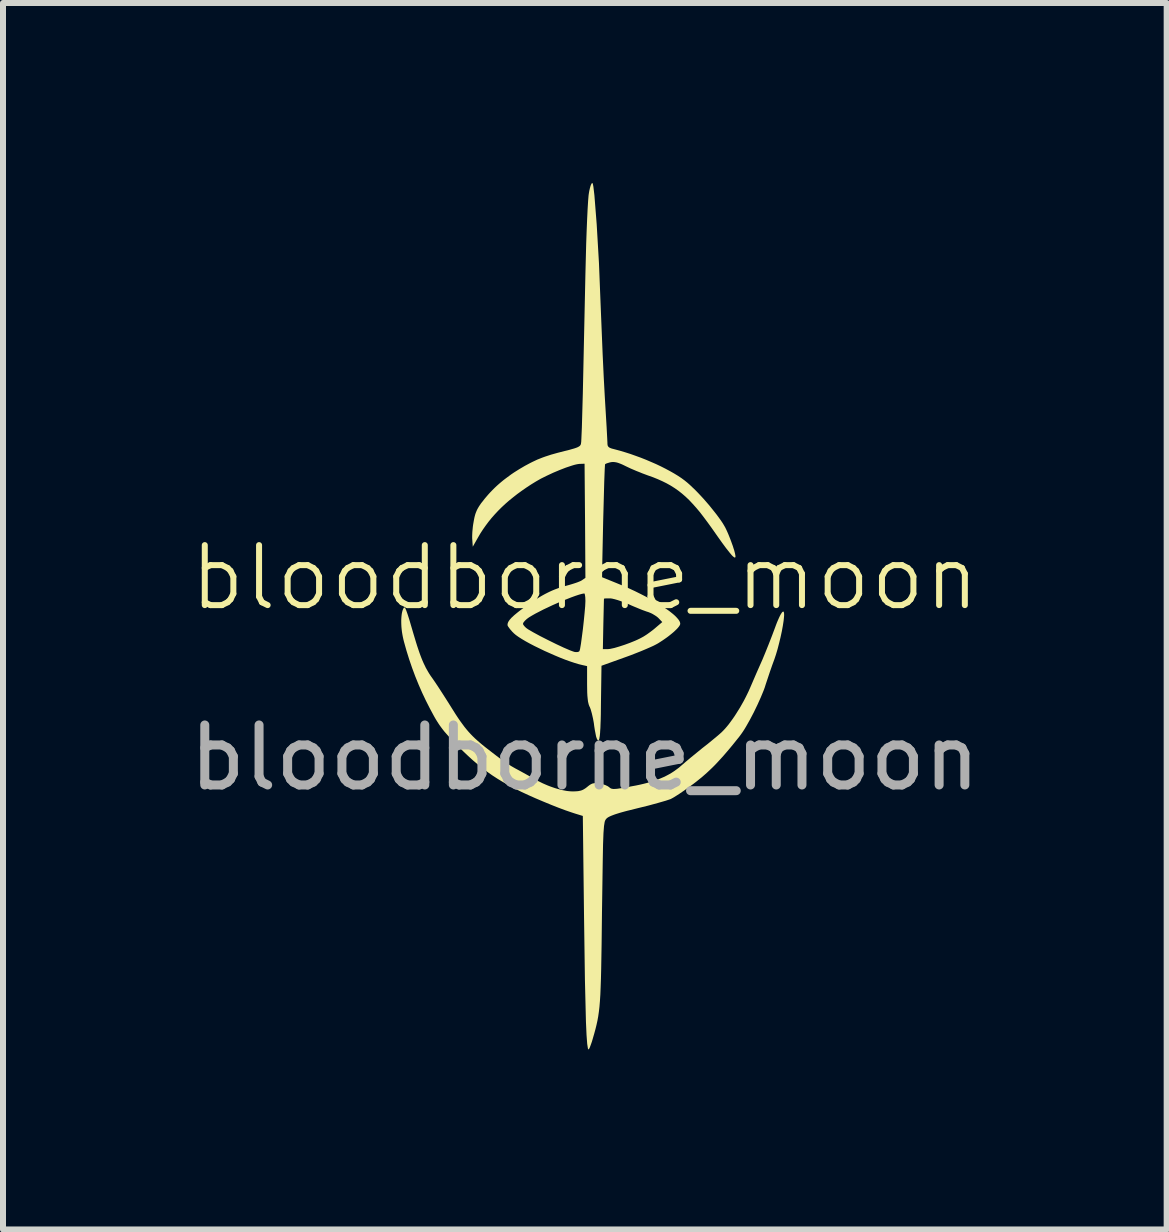
<source format=kicad_pcb>
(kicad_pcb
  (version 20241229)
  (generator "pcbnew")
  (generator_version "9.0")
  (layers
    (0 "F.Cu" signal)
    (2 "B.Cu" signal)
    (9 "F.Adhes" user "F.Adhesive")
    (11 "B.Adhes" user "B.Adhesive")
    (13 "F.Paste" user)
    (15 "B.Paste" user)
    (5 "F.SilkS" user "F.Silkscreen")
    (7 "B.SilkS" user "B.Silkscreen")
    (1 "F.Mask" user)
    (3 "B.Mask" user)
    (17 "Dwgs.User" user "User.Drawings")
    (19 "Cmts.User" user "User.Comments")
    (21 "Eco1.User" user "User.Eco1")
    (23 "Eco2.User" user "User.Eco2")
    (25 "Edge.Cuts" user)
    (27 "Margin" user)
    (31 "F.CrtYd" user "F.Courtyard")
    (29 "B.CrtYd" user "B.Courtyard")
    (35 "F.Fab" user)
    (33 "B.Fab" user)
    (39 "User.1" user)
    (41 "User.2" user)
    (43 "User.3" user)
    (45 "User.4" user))
  (footprint "bloodborne_moon"
    (layer "F.Cu")
    (at 6.696 7.077)
    (property "Reference" "bloodborne_moon" (at 0 -0.5 0) (unlocked yes) (layer "F.SilkS") (effects (font (size 1 1) (thickness 0.1))))
    (attr through_hole)
    (fp_poly (pts (xy -3 0) (xy -2.994 0.007) (xy -2.988 0.018) (xy -2.981 0.034) (xy -2.973 0.054) (xy -2.953 0.111) (xy -2.927 0.192) (xy -2.855 0.437) (xy -2.814 0.573) (xy -2.795 0.634) (xy -2.776 0.691) (xy -2.758 0.744) (xy -2.74 0.794) (xy -2.722 0.841) (xy -2.704 0.885) (xy -2.686 0.926) (xy -2.667 0.965) (xy -2.649 1.003) (xy -2.629 1.038) (xy -2.609 1.073) (xy -2.589 1.106) (xy -2.567 1.139) (xy -2.544 1.171) (xy -2.495 1.242) (xy -2.43 1.34) (xy -2.357 1.453) (xy -2.285 1.566) (xy -2.192 1.714) (xy -2.151 1.779) (xy -2.112 1.838) (xy -2.075 1.892) (xy -2.039 1.941) (xy -2.005 1.987) (xy -1.971 2.029) (xy -1.937 2.069) (xy -1.902 2.107) (xy -1.867 2.143) (xy -1.831 2.178) (xy -1.792 2.213) (xy -1.751 2.249) (xy -1.708 2.285) (xy -1.661 2.323) (xy -1.558 2.403) (xy -1.472 2.469) (xy -1.4 2.523) (xy -1.337 2.568) (xy -1.307 2.589) (xy -1.278 2.607) (xy -1.25 2.625) (xy -1.221 2.643) (xy -1.16 2.678) (xy -1.091 2.715) (xy -1.022 2.753) (xy -0.948 2.794) (xy -0.879 2.832) (xy -0.823 2.864) (xy -0.784 2.886) (xy -0.744 2.906) (xy -0.704 2.926) (xy -0.663 2.944) (xy -0.621 2.962) (xy -0.58 2.978) (xy -0.538 2.993) (xy -0.497 3.007) (xy -0.456 3.019) (xy -0.416 3.03) (xy -0.377 3.04) (xy -0.339 3.047) (xy -0.303 3.054) (xy -0.268 3.058) (xy -0.235 3.061) (xy -0.205 3.062) (xy -0.182 3.062) (xy -0.162 3.061) (xy -0.142 3.06) (xy -0.125 3.059) (xy -0.108 3.057) (xy -0.093 3.054) (xy -0.078 3.051) (xy -0.064 3.048) (xy -0.051 3.043) (xy -0.038 3.038) (xy -0.026 3.032) (xy -0.013 3.025) (xy -0.001 3.017) (xy 0.012 3.009) (xy 0.025 2.999) (xy 0.038 2.989) (xy 0.051 2.978) (xy 0.064 2.968) (xy 0.076 2.959) (xy 0.087 2.951) (xy 0.098 2.945) (xy 0.109 2.939) (xy 0.12 2.934) (xy 0.131 2.93) (xy 0.142 2.928) (xy 0.153 2.926) (xy 0.165 2.924) (xy 0.178 2.924) (xy 0.192 2.924) (xy 0.206 2.925) (xy 0.222 2.927) (xy 0.238 2.929) (xy 0.25 2.931) (xy 0.262 2.933) (xy 0.274 2.936) (xy 0.287 2.939) (xy 0.299 2.942) (xy 0.311 2.946) (xy 0.323 2.95) (xy 0.334 2.954) (xy 0.346 2.958) (xy 0.356 2.963) (xy 0.366 2.968) (xy 0.376 2.972) (xy 0.384 2.977) (xy 0.392 2.982) (xy 0.399 2.987) (xy 0.405 2.991) (xy 0.414 2.999) (xy 0.422 3.005) (xy 0.432 3.011) (xy 0.441 3.015) (xy 0.452 3.018) (xy 0.465 3.02) (xy 0.48 3.022) (xy 0.497 3.021) (xy 0.518 3.02) (xy 0.541 3.018) (xy 0.601 3.009) (xy 0.679 2.996) (xy 0.78 2.977) (xy 0.851 2.964) (xy 0.918 2.95) (xy 0.982 2.935) (xy 1.044 2.919) (xy 1.103 2.902) (xy 1.159 2.884) (xy 1.213 2.865) (xy 1.265 2.844) (xy 1.314 2.823) (xy 1.361 2.8) (xy 1.406 2.776) (xy 1.45 2.75) (xy 1.491 2.723) (xy 1.531 2.694) (xy 1.57 2.665) (xy 1.607 2.633) (xy 1.678 2.572) (xy 1.767 2.497) (xy 1.864 2.418) (xy 1.957 2.342) (xy 2.048 2.271) (xy 2.138 2.197) (xy 2.219 2.13) (xy 2.252 2.101) (xy 2.279 2.077) (xy 2.307 2.049) (xy 2.337 2.017) (xy 2.368 1.981) (xy 2.399 1.943) (xy 2.43 1.901) (xy 2.462 1.857) (xy 2.494 1.811) (xy 2.525 1.763) (xy 2.588 1.662) (xy 2.648 1.556) (xy 2.676 1.502) (xy 2.703 1.448) (xy 2.729 1.394) (xy 2.753 1.34) (xy 2.856 1.101) (xy 2.962 0.861) (xy 3.01 0.745) (xy 3.065 0.608) (xy 3.12 0.467) (xy 3.168 0.339) (xy 3.186 0.29) (xy 3.203 0.246) (xy 3.22 0.206) (xy 3.235 0.172) (xy 3.249 0.142) (xy 3.262 0.117) (xy 3.269 0.106) (xy 3.275 0.096) (xy 3.28 0.088) (xy 3.285 0.081) (xy 3.29 0.075) (xy 3.295 0.071) (xy 3.299 0.068) (xy 3.303 0.066) (xy 3.307 0.065) (xy 3.308 0.066) (xy 3.31 0.066) (xy 3.313 0.068) (xy 3.315 0.072) (xy 3.317 0.077) (xy 3.319 0.083) (xy 3.32 0.091) (xy 3.321 0.1) (xy 3.321 0.11) (xy 3.322 0.122) (xy 3.321 0.135) (xy 3.32 0.149) (xy 3.317 0.183) (xy 3.313 0.22) (xy 3.3 0.304) (xy 3.283 0.396) (xy 3.262 0.493) (xy 3.238 0.592) (xy 3.213 0.689) (xy 3.186 0.78) (xy 3.159 0.861) (xy 3.142 0.907) (xy 3.123 0.959) (xy 3.084 1.071) (xy 3.047 1.182) (xy 3.015 1.278) (xy 2.999 1.329) (xy 2.979 1.383) (xy 2.956 1.439) (xy 2.931 1.499) (xy 2.876 1.621) (xy 2.816 1.745) (xy 2.753 1.865) (xy 2.691 1.975) (xy 2.661 2.025) (xy 2.632 2.07) (xy 2.604 2.11) (xy 2.578 2.145) (xy 2.465 2.286) (xy 2.412 2.35) (xy 2.36 2.411) (xy 2.311 2.468) (xy 2.263 2.521) (xy 2.216 2.572) (xy 2.171 2.62) (xy 2.126 2.665) (xy 2.081 2.708) (xy 2.036 2.75) (xy 1.992 2.789) (xy 1.947 2.828) (xy 1.901 2.865) (xy 1.855 2.902) (xy 1.808 2.938) (xy 1.749 2.981) (xy 1.69 3.023) (xy 1.633 3.063) (xy 1.579 3.1) (xy 1.529 3.132) (xy 1.486 3.159) (xy 1.467 3.17) (xy 1.45 3.179) (xy 1.436 3.187) (xy 1.424 3.192) (xy 1.394 3.202) (xy 1.349 3.217) (xy 1.221 3.254) (xy 1.056 3.299) (xy 0.873 3.344) (xy 0.762 3.372) (xy 0.712 3.384) (xy 0.666 3.396) (xy 0.623 3.408) (xy 0.584 3.419) (xy 0.549 3.43) (xy 0.517 3.44) (xy 0.488 3.45) (xy 0.462 3.46) (xy 0.439 3.469) (xy 0.419 3.478) (xy 0.402 3.486) (xy 0.387 3.495) (xy 0.375 3.503) (xy 0.365 3.511) (xy 0.346 3.534) (xy 0.338 3.55) (xy 0.331 3.571) (xy 0.32 3.64) (xy 0.311 3.759) (xy 0.304 3.945) (xy 0.299 4.217) (xy 0.286 5.088) (xy 0.28 5.61) (xy 0.273 6.015) (xy 0.269 6.18) (xy 0.264 6.323) (xy 0.259 6.448) (xy 0.252 6.557) (xy 0.244 6.652) (xy 0.234 6.737) (xy 0.223 6.814) (xy 0.21 6.885) (xy 0.195 6.953) (xy 0.178 7.022) (xy 0.159 7.092) (xy 0.137 7.168) (xy 0.132 7.186) (xy 0.127 7.203) (xy 0.117 7.236) (xy 0.106 7.267) (xy 0.096 7.295) (xy 0.087 7.319) (xy 0.083 7.33) (xy 0.078 7.339) (xy 0.075 7.346) (xy 0.071 7.353) (xy 0.069 7.357) (xy 0.066 7.36) (xy 0.059 7.361) (xy 0.052 7.347) (xy 0.04 7.27) (xy 0.029 7.124) (xy 0.019 6.901) (xy 0.002 6.206) (xy -0.013 5.136) (xy -0.033 3.471) (xy -0.16 3.432) (xy -0.191 3.422) (xy -0.23 3.409) (xy -0.329 3.375) (xy -0.441 3.333) (xy -0.555 3.288) (xy -0.693 3.231) (xy -0.823 3.176) (xy -0.944 3.122) (xy -1.058 3.069) (xy -1.164 3.016) (xy -1.265 2.963) (xy -1.361 2.908) (xy -1.452 2.853) (xy -1.54 2.796) (xy -1.624 2.737) (xy -1.706 2.675) (xy -1.787 2.61) (xy -1.868 2.541) (xy -1.948 2.468) (xy -2.029 2.391) (xy -2.112 2.308) (xy -2.202 2.216) (xy -2.276 2.137) (xy -2.308 2.101) (xy -2.338 2.067) (xy -2.365 2.033) (xy -2.39 2) (xy -2.415 1.966) (xy -2.438 1.932) (xy -2.461 1.896) (xy -2.484 1.859) (xy -2.507 1.819) (xy -2.531 1.775) (xy -2.584 1.676) (xy -2.649 1.548) (xy -2.711 1.417) (xy -2.77 1.282) (xy -2.826 1.144) (xy -2.878 1.004) (xy -2.927 0.861) (xy -2.972 0.716) (xy -3.013 0.57) (xy -3.023 0.53) (xy -3.032 0.489) (xy -3.04 0.447) (xy -3.047 0.405) (xy -3.052 0.363) (xy -3.056 0.321) (xy -3.058 0.281) (xy -3.059 0.241) (xy -3.059 0.203) (xy -3.057 0.167) (xy -3.054 0.133) (xy -3.05 0.101) (xy -3.044 0.072) (xy -3.037 0.046) (xy -3.028 0.024) (xy -3.024 0.014) (xy -3.018 0.006) (xy -3.014 -0.000136) (xy -3.01 -0.003) (xy -3.005 -0.003)) (stroke (width 0) (type solid)) (fill yes) (layer "F.SilkS"))
    (fp_poly (pts (xy 0.126 -7.077) (xy 0.127 -7.076) (xy 0.128 -7.075) (xy 0.135 -7.057) (xy 0.143 -7.016) (xy 0.16 -6.873) (xy 0.198 -6.39) (xy 0.236 -5.741) (xy 0.264 -5.038) (xy 0.297 -4.231) (xy 0.316 -3.83) (xy 0.334 -3.5) (xy 0.364 -2.999) (xy 0.373 -2.829) (xy 0.377 -2.746) (xy 0.377 -2.734) (xy 0.378 -2.723) (xy 0.379 -2.713) (xy 0.381 -2.704) (xy 0.382 -2.7) (xy 0.384 -2.696) (xy 0.386 -2.693) (xy 0.388 -2.689) (xy 0.39 -2.686) (xy 0.392 -2.683) (xy 0.395 -2.68) (xy 0.398 -2.677) (xy 0.402 -2.674) (xy 0.405 -2.671) (xy 0.409 -2.669) (xy 0.414 -2.666) (xy 0.424 -2.661) (xy 0.435 -2.657) (xy 0.448 -2.652) (xy 0.463 -2.648) (xy 0.479 -2.644) (xy 0.498 -2.639) (xy 0.584 -2.616) (xy 0.671 -2.59) (xy 0.759 -2.562) (xy 0.846 -2.531) (xy 0.934 -2.499) (xy 1.02 -2.465) (xy 1.104 -2.429) (xy 1.187 -2.393) (xy 1.267 -2.355) (xy 1.344 -2.316) (xy 1.417 -2.277) (xy 1.486 -2.238) (xy 1.55 -2.199) (xy 1.609 -2.16) (xy 1.662 -2.121) (xy 1.709 -2.083) (xy 1.751 -2.046) (xy 1.795 -2.004) (xy 1.841 -1.96) (xy 1.888 -1.912) (xy 1.935 -1.862) (xy 1.982 -1.811) (xy 2.074 -1.705) (xy 2.159 -1.599) (xy 2.199 -1.548) (xy 2.235 -1.499) (xy 2.268 -1.453) (xy 2.297 -1.41) (xy 2.321 -1.37) (xy 2.341 -1.335) (xy 2.358 -1.3) (xy 2.375 -1.263) (xy 2.392 -1.224) (xy 2.408 -1.184) (xy 2.424 -1.144) (xy 2.439 -1.104) (xy 2.453 -1.065) (xy 2.467 -1.027) (xy 2.478 -0.991) (xy 2.489 -0.958) (xy 2.497 -0.927) (xy 2.504 -0.9) (xy 2.508 -0.877) (xy 2.511 -0.859) (xy 2.511 -0.851) (xy 2.51 -0.846) (xy 2.509 -0.841) (xy 2.507 -0.838) (xy 2.502 -0.836) (xy 2.495 -0.836) (xy 2.487 -0.841) (xy 2.476 -0.849) (xy 2.462 -0.861) (xy 2.446 -0.878) (xy 2.407 -0.925) (xy 2.355 -0.991) (xy 2.29 -1.079) (xy 2.211 -1.19) (xy 2.115 -1.327) (xy 2.047 -1.421) (xy 1.982 -1.508) (xy 1.92 -1.589) (xy 1.858 -1.663) (xy 1.798 -1.73) (xy 1.739 -1.793) (xy 1.679 -1.85) (xy 1.619 -1.902) (xy 1.558 -1.95) (xy 1.495 -1.994) (xy 1.43 -2.035) (xy 1.362 -2.073) (xy 1.291 -2.108) (xy 1.215 -2.142) (xy 1.136 -2.174) (xy 1.051 -2.204) (xy 1.008 -2.22) (xy 0.96 -2.238) (xy 0.911 -2.258) (xy 0.86 -2.278) (xy 0.811 -2.299) (xy 0.764 -2.319) (xy 0.722 -2.339) (xy 0.684 -2.357) (xy 0.662 -2.368) (xy 0.641 -2.378) (xy 0.622 -2.387) (xy 0.603 -2.395) (xy 0.585 -2.402) (xy 0.569 -2.408) (xy 0.553 -2.414) (xy 0.538 -2.418) (xy 0.523 -2.422) (xy 0.509 -2.424) (xy 0.496 -2.426) (xy 0.483 -2.427) (xy 0.47 -2.428) (xy 0.458 -2.427) (xy 0.445 -2.426) (xy 0.433 -2.424) (xy 0.424 -2.422) (xy 0.415 -2.42) (xy 0.407 -2.418) (xy 0.399 -2.415) (xy 0.391 -2.413) (xy 0.383 -2.411) (xy 0.376 -2.408) (xy 0.369 -2.406) (xy 0.363 -2.404) (xy 0.357 -2.401) (xy 0.352 -2.399) (xy 0.348 -2.397) (xy 0.344 -2.394) (xy 0.342 -2.393) (xy 0.341 -2.392) (xy 0.34 -2.391) (xy 0.339 -2.39) (xy 0.338 -2.389) (xy 0.337 -2.388) (xy 0.332 -2.308) (xy 0.324 -2.102) (xy 0.306 -1.439) (xy 0.286 -0.508) (xy 0.523 -0.412) (xy 0.63 -0.368) (xy 0.735 -0.322) (xy 0.836 -0.275) (xy 0.933 -0.227) (xy 1.026 -0.179) (xy 1.114 -0.131) (xy 1.196 -0.083) (xy 1.273 -0.036) (xy 1.342 0.01) (xy 1.405 0.054) (xy 1.459 0.097) (xy 1.483 0.117) (xy 1.505 0.137) (xy 1.524 0.156) (xy 1.541 0.175) (xy 1.556 0.192) (xy 1.568 0.209) (xy 1.578 0.225) (xy 1.585 0.241) (xy 1.589 0.255) (xy 1.59 0.268) (xy 1.59 0.273) (xy 1.588 0.279) (xy 1.583 0.292) (xy 1.574 0.307) (xy 1.562 0.323) (xy 1.547 0.341) (xy 1.529 0.36) (xy 1.508 0.38) (xy 1.485 0.402) (xy 1.459 0.424) (xy 1.431 0.447) (xy 1.401 0.471) (xy 1.369 0.495) (xy 1.335 0.519) (xy 1.299 0.544) (xy 1.262 0.568) (xy 1.223 0.593) (xy 1.189 0.612) (xy 1.142 0.636) (xy 1.082 0.663) (xy 1.013 0.693) (xy 0.937 0.725) (xy 0.856 0.757) (xy 0.772 0.79) (xy 0.687 0.821) (xy 0.278 0.968) (xy 0.269 1.592) (xy 0.268 1.693) (xy 0.267 1.785) (xy 0.265 1.867) (xy 0.262 1.94) (xy 0.26 2.003) (xy 0.256 2.058) (xy 0.255 2.082) (xy 0.253 2.104) (xy 0.251 2.124) (xy 0.249 2.142) (xy 0.246 2.158) (xy 0.244 2.172) (xy 0.242 2.184) (xy 0.239 2.194) (xy 0.236 2.202) (xy 0.233 2.208) (xy 0.232 2.21) (xy 0.23 2.212) (xy 0.229 2.213) (xy 0.227 2.214) (xy 0.225 2.215) (xy 0.224 2.215) (xy 0.222 2.214) (xy 0.22 2.214) (xy 0.218 2.212) (xy 0.217 2.211) (xy 0.213 2.206) (xy 0.209 2.199) (xy 0.205 2.191) (xy 0.2 2.182) (xy 0.196 2.17) (xy 0.194 2.164) (xy 0.191 2.157) (xy 0.186 2.137) (xy 0.181 2.111) (xy 0.175 2.08) (xy 0.168 2.045) (xy 0.162 2.007) (xy 0.156 1.968) (xy 0.151 1.927) (xy 0.144 1.887) (xy 0.136 1.845) (xy 0.127 1.805) (xy 0.118 1.766) (xy 0.108 1.73) (xy 0.099 1.698) (xy 0.094 1.684) (xy 0.089 1.671) (xy 0.085 1.66) (xy 0.08 1.651) (xy 0.075 1.64) (xy 0.07 1.627) (xy 0.065 1.613) (xy 0.061 1.597) (xy 0.057 1.58) (xy 0.053 1.562) (xy 0.048 1.519) (xy 0.043 1.469) (xy 0.04 1.412) (xy 0.039 1.347) (xy 0.038 1.273) (xy 0.038 0.974) (xy -0.038 0.957) (xy -0.1 0.942) (xy -0.17 0.921) (xy -0.245 0.896) (xy -0.326 0.867) (xy -0.41 0.834) (xy -0.496 0.798) (xy -0.67 0.721) (xy -0.837 0.64) (xy -0.914 0.6) (xy -0.985 0.561) (xy -1.049 0.523) (xy -1.104 0.488) (xy -1.15 0.455) (xy -1.184 0.426) (xy -1.194 0.415) (xy -1.205 0.405) (xy -1.215 0.394) (xy -1.224 0.383) (xy -1.233 0.373) (xy -1.242 0.363) (xy -1.25 0.353) (xy -1.257 0.343) (xy -1.264 0.334) (xy -1.27 0.325) (xy -1.276 0.317) (xy -1.28 0.31) (xy -1.284 0.303) (xy -1.286 0.297) (xy -1.287 0.294) (xy -1.288 0.292) (xy -1.288 0.29) (xy -1.288 0.288) (xy -1.287 0.275) (xy -1.286 0.268) (xy -1.029 0.268) (xy -1.029 0.271) (xy -1.029 0.274) (xy -1.028 0.276) (xy -1.027 0.279) (xy -1.026 0.282) (xy -1.024 0.285) (xy -1.022 0.289) (xy -1.019 0.292) (xy -1.017 0.296) (xy -1.014 0.299) (xy -1.007 0.308) (xy -0.999 0.317) (xy -0.989 0.327) (xy -0.973 0.341) (xy -0.945 0.361) (xy -0.859 0.411) (xy -0.743 0.474) (xy -0.611 0.541) (xy -0.475 0.608) (xy -0.349 0.667) (xy -0.244 0.712) (xy -0.204 0.727) (xy -0.174 0.737) (xy -0.167 0.738) (xy -0.16 0.739) (xy -0.153 0.74) (xy -0.147 0.74) (xy -0.14 0.74) (xy -0.134 0.74) (xy -0.128 0.74) (xy -0.122 0.739) (xy -0.116 0.738) (xy -0.111 0.737) (xy -0.109 0.736) (xy -0.106 0.735) (xy -0.104 0.734) (xy -0.102 0.733) (xy -0.1 0.732) (xy -0.098 0.731) (xy -0.096 0.73) (xy -0.094 0.728) (xy -0.093 0.727) (xy -0.091 0.725) (xy -0.09 0.724) (xy -0.089 0.722) (xy -0.084 0.708) (xy -0.08 0.691) (xy 0.301 0.691) (xy 0.377 0.691) (xy 0.399 0.69) (xy 0.427 0.686) (xy 0.459 0.679) (xy 0.495 0.671) (xy 0.576 0.647) (xy 0.665 0.618) (xy 0.755 0.585) (xy 0.841 0.55) (xy 0.881 0.532) (xy 0.918 0.514) (xy 0.952 0.496) (xy 0.981 0.48) (xy 1.006 0.464) (xy 1.034 0.446) (xy 1.062 0.426) (xy 1.091 0.405) (xy 1.119 0.384) (xy 1.146 0.363) (xy 1.17 0.343) (xy 1.192 0.324) (xy 1.291 0.24) (xy 1.229 0.175) (xy 1.222 0.168) (xy 1.214 0.161) (xy 1.205 0.154) (xy 1.195 0.146) (xy 1.185 0.139) (xy 1.174 0.132) (xy 1.163 0.125) (xy 1.151 0.118) (xy 1.14 0.111) (xy 1.128 0.104) (xy 1.116 0.098) (xy 1.104 0.092) (xy 1.092 0.087) (xy 1.08 0.082) (xy 1.068 0.077) (xy 1.057 0.073) (xy 1.031 0.065) (xy 0.998 0.053) (xy 0.959 0.039) (xy 0.917 0.022) (xy 0.825 -0.016) (xy 0.778 -0.036) (xy 0.732 -0.057) (xy 0.686 -0.076) (xy 0.639 -0.095) (xy 0.593 -0.111) (xy 0.549 -0.126) (xy 0.508 -0.138) (xy 0.489 -0.143) (xy 0.471 -0.147) (xy 0.455 -0.151) (xy 0.44 -0.153) (xy 0.427 -0.155) (xy 0.416 -0.155) (xy 0.398 -0.155) (xy 0.38 -0.155) (xy 0.364 -0.154) (xy 0.349 -0.154) (xy 0.337 -0.153) (xy 0.332 -0.152) (xy 0.328 -0.152) (xy 0.325 -0.151) (xy 0.322 -0.151) (xy 0.321 -0.15) (xy 0.32 -0.15) (xy 0.32 -0.15) (xy 0.319 -0.139) (xy 0.318 -0.113) (xy 0.316 -0.022) (xy 0.309 0.274) (xy 0.301 0.691) (xy -0.08 0.691) (xy -0.078 0.682) (xy -0.064 0.6) (xy -0.049 0.488) (xy -0.032 0.358) (xy -0.017 0.222) (xy -0.004 0.091) (xy 0.006 -0.022) (xy 0.01 -0.107) (xy 0.01 -0.121) (xy 0.009 -0.134) (xy 0.009 -0.147) (xy 0.008 -0.159) (xy 0.008 -0.171) (xy 0.007 -0.181) (xy 0.005 -0.192) (xy 0.004 -0.201) (xy 0.003 -0.209) (xy 0.001 -0.217) (xy -0.000359 -0.223) (xy -0.002 -0.228) (xy -0.003 -0.231) (xy -0.004 -0.233) (xy -0.005 -0.234) (xy -0.006 -0.235) (xy -0.007 -0.236) (xy -0.008 -0.237) (xy -0.009 -0.237) (xy -0.01 -0.237) (xy -0.049 -0.23) (xy -0.099 -0.216) (xy -0.159 -0.196) (xy -0.225 -0.172) (xy -0.374 -0.113) (xy -0.532 -0.044) (xy -0.687 0.029) (xy -0.823 0.099) (xy -0.881 0.132) (xy -0.929 0.161) (xy -0.965 0.187) (xy -0.989 0.209) (xy -0.999 0.219) (xy -1.007 0.228) (xy -1.014 0.237) (xy -1.017 0.24) (xy -1.019 0.244) (xy -1.022 0.247) (xy -1.024 0.251) (xy -1.026 0.254) (xy -1.027 0.257) (xy -1.028 0.26) (xy -1.029 0.262) (xy -1.029 0.265) (xy -1.029 0.268) (xy -1.286 0.268) (xy -1.285 0.262) (xy -1.28 0.248) (xy -1.273 0.233) (xy -1.263 0.218) (xy -1.252 0.202) (xy -1.237 0.185) (xy -1.221 0.167) (xy -1.201 0.149) (xy -1.179 0.128) (xy -1.154 0.107) (xy -1.126 0.084) (xy -1.096 0.06) (xy -1.062 0.034) (xy -0.984 -0.023) (xy -0.933 -0.058) (xy -0.885 -0.092) (xy -0.838 -0.123) (xy -0.793 -0.152) (xy -0.749 -0.179) (xy -0.706 -0.204) (xy -0.664 -0.227) (xy -0.623 -0.248) (xy -0.582 -0.268) (xy -0.542 -0.286) (xy -0.501 -0.303) (xy -0.461 -0.318) (xy -0.42 -0.333) (xy -0.378 -0.346) (xy -0.336 -0.358) (xy -0.292 -0.37) (xy -0.256 -0.38) (xy -0.219 -0.391) (xy -0.184 -0.402) (xy -0.15 -0.413) (xy -0.119 -0.424) (xy -0.092 -0.435) (xy -0.08 -0.44) (xy -0.069 -0.445) (xy -0.06 -0.45) (xy -0.052 -0.454) (xy 0.01 -0.497) (xy 0.004 -1.448) (xy -0.004 -2.399) (xy -0.089 -2.396) (xy -0.114 -2.393) (xy -0.145 -2.387) (xy -0.181 -2.378) (xy -0.223 -2.365) (xy -0.316 -2.334) (xy -0.419 -2.294) (xy -0.526 -2.249) (xy -0.631 -2.2) (xy -0.73 -2.151) (xy -0.774 -2.126) (xy -0.814 -2.103) (xy -0.897 -2.052) (xy -0.976 -2) (xy -1.052 -1.947) (xy -1.125 -1.894) (xy -1.195 -1.839) (xy -1.263 -1.784) (xy -1.327 -1.728) (xy -1.388 -1.671) (xy -1.446 -1.613) (xy -1.502 -1.553) (xy -1.555 -1.493) (xy -1.605 -1.431) (xy -1.652 -1.368) (xy -1.697 -1.304) (xy -1.74 -1.238) (xy -1.779 -1.171) (xy -1.867 -1.016) (xy -1.875 -1.129) (xy -1.877 -1.155) (xy -1.877 -1.188) (xy -1.876 -1.224) (xy -1.874 -1.264) (xy -1.87 -1.306) (xy -1.866 -1.348) (xy -1.86 -1.391) (xy -1.853 -1.431) (xy -1.848 -1.459) (xy -1.843 -1.485) (xy -1.838 -1.509) (xy -1.832 -1.532) (xy -1.826 -1.554) (xy -1.819 -1.575) (xy -1.811 -1.595) (xy -1.803 -1.615) (xy -1.794 -1.634) (xy -1.784 -1.653) (xy -1.773 -1.672) (xy -1.761 -1.692) (xy -1.748 -1.711) (xy -1.734 -1.732) (xy -1.718 -1.753) (xy -1.7 -1.775) (xy -1.67 -1.814) (xy -1.638 -1.852) (xy -1.606 -1.889) (xy -1.573 -1.925) (xy -1.538 -1.961) (xy -1.503 -1.996) (xy -1.467 -2.03) (xy -1.43 -2.063) (xy -1.391 -2.096) (xy -1.352 -2.128) (xy -1.311 -2.159) (xy -1.269 -2.19) (xy -1.227 -2.221) (xy -1.183 -2.251) (xy -1.137 -2.28) (xy -1.091 -2.309) (xy -0.999 -2.363) (xy -0.913 -2.409) (xy -0.871 -2.43) (xy -0.829 -2.45) (xy -0.788 -2.469) (xy -0.745 -2.486) (xy -0.702 -2.503) (xy -0.657 -2.519) (xy -0.611 -2.534) (xy -0.562 -2.55) (xy -0.455 -2.58) (xy -0.334 -2.611) (xy -0.296 -2.62) (xy -0.261 -2.629) (xy -0.23 -2.638) (xy -0.202 -2.646) (xy -0.177 -2.653) (xy -0.166 -2.657) (xy -0.156 -2.66) (xy -0.146 -2.664) (xy -0.137 -2.667) (xy -0.128 -2.67) (xy -0.121 -2.674) (xy -0.114 -2.677) (xy -0.107 -2.681) (xy -0.101 -2.684) (xy -0.096 -2.687) (xy -0.091 -2.691) (xy -0.086 -2.694) (xy -0.082 -2.698) (xy -0.079 -2.702) (xy -0.076 -2.705) (xy -0.073 -2.709) (xy -0.071 -2.713) (xy -0.069 -2.717) (xy -0.067 -2.721) (xy -0.066 -2.726) (xy -0.064 -2.73) (xy -0.064 -2.735) (xy -0.06 -2.762) (xy -0.057 -2.819) (xy -0.049 -3.004) (xy -0.033 -3.57) (xy 0.01 -5.554) (xy 0.023 -6.067) (xy 0.031 -6.287) (xy 0.039 -6.481) (xy 0.047 -6.645) (xy 0.055 -6.776) (xy 0.063 -6.873) (xy 0.068 -6.907) (xy 0.072 -6.931) (xy 0.075 -6.948) (xy 0.079 -6.964) (xy 0.082 -6.979) (xy 0.086 -6.994) (xy 0.09 -7.008) (xy 0.093 -7.02) (xy 0.097 -7.032) (xy 0.101 -7.043) (xy 0.105 -7.052) (xy 0.109 -7.06) (xy 0.111 -7.063) (xy 0.112 -7.066) (xy 0.114 -7.069) (xy 0.116 -7.072) (xy 0.118 -7.074) (xy 0.119 -7.075) (xy 0.121 -7.076) (xy 0.123 -7.077) (xy 0.124 -7.077)) (stroke (width 0) (type solid)) (fill yes) (layer "F.SilkS"))
    (fp_text user "${REFERENCE}" (at 0 2.5 0) (unlocked yes) (layer "F.Fab") (effects (font (size 1 1) (thickness 0.15)))))
  (gr_rect
    (start -3 -3)
    (end 16.393 17.439)
    (stroke (width 0.1) (type default))
    (fill no)
    (layer "Edge.Cuts")))
</source>
